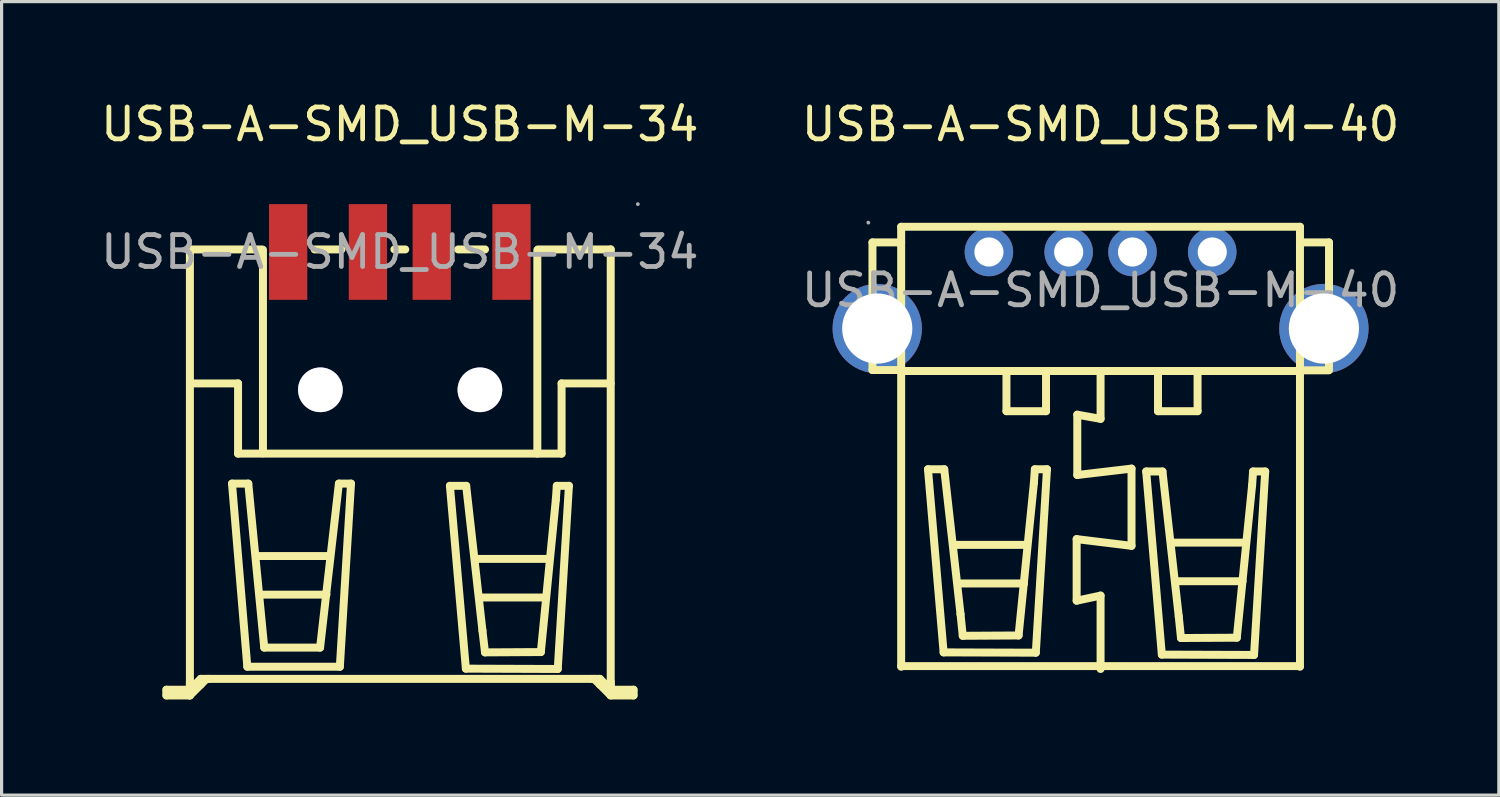
<source format=kicad_pcb>
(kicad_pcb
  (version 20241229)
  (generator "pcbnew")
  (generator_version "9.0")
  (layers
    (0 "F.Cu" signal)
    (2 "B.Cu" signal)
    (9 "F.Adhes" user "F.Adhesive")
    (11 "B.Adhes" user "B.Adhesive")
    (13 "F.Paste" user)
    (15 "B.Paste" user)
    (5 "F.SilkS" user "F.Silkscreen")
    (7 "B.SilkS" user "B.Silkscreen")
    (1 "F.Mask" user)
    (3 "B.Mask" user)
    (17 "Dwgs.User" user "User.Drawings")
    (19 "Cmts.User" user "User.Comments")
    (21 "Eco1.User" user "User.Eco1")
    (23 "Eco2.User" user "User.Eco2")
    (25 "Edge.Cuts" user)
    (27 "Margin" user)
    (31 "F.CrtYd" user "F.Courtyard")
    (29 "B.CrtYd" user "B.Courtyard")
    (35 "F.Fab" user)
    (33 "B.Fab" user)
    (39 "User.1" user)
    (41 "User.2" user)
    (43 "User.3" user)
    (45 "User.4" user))
  (footprint "USB-A-SMD_USB-M-40"
    (layer "F.Cu")
    (at 31.446 6.048)
    (property "Reference" "USB-A-SMD_USB-M-40" (at 0 -5.2 0) (layer "F.SilkS") (effects (font (size 1 1) (thickness 0.15))))
    (attr through_hole)
    (fp_line (start -7.15 -1.5) (end -7.15 2.5) (stroke (width 0.25) (type solid)) (layer "F.SilkS"))
    (fp_line (start -7.15 -1.5) (end -6.25 -1.5) (stroke (width 0.25) (type solid)) (layer "F.SilkS"))
    (fp_line (start -6.25 -1.99) (end -6.25 11.8) (stroke (width 0.25) (type solid)) (layer "F.SilkS"))
    (fp_line (start -6.25 -1.99) (end 6.25 -1.99) (stroke (width 0.25) (type solid)) (layer "F.SilkS"))
    (fp_line (start -6.25 2.5) (end -7.15 2.5) (stroke (width 0.25) (type solid)) (layer "F.SilkS"))
    (fp_line (start -6.25 11.78) (end 6.25 11.78) (stroke (width 0.25) (type solid)) (layer "F.SilkS"))
    (fp_line (start -6.22 2.53) (end 6.28 2.53) (stroke (width 0.25) (type solid)) (layer "F.SilkS"))
    (fp_line (start -5.41 5.61) (end -4.9 5.61) (stroke (width 0.25) (type solid)) (layer "F.SilkS"))
    (fp_line (start -4.92 11.35) (end -5.41 5.61) (stroke (width 0.25) (type solid)) (layer "F.SilkS"))
    (fp_line (start -4.9 5.61) (end -4.39 10.15) (stroke (width 0.25) (type solid)) (layer "F.SilkS"))
    (fp_line (start -4.57 7.98) (end -2.31 7.98) (stroke (width 0.25) (type solid)) (layer "F.SilkS"))
    (fp_line (start -4.43 9.19) (end -2.4 9.19) (stroke (width 0.25) (type solid)) (layer "F.SilkS"))
    (fp_line (start -4.39 10.15) (end -4.32 10.83) (stroke (width 0.25) (type solid)) (layer "F.SilkS"))
    (fp_line (start -4.32 10.83) (end -2.57 10.82) (stroke (width 0.25) (type solid)) (layer "F.SilkS"))
    (fp_line (start -2.95 2.58) (end -2.95 3.79) (stroke (width 0.25) (type solid)) (layer "F.SilkS"))
    (fp_line (start -2.95 3.79) (end -1.71 3.79) (stroke (width 0.25) (type solid)) (layer "F.SilkS"))
    (fp_line (start -2.57 10.82) (end -2.09 6.04) (stroke (width 0.25) (type solid)) (layer "F.SilkS"))
    (fp_line (start -2.09 6.04) (end -2.06 5.61) (stroke (width 0.25) (type solid)) (layer "F.SilkS"))
    (fp_line (start -2.06 5.61) (end -1.68 5.61) (stroke (width 0.25) (type solid)) (layer "F.SilkS"))
    (fp_line (start -2.03 11.36) (end -4.92 11.35) (stroke (width 0.25) (type solid)) (layer "F.SilkS"))
    (fp_line (start -1.71 3.79) (end -1.71 2.57) (stroke (width 0.25) (type solid)) (layer "F.SilkS"))
    (fp_line (start -1.68 5.61) (end -2.03 11.36) (stroke (width 0.25) (type solid)) (layer "F.SilkS"))
    (fp_line (start -0.75 7.8) (end -0.75 9.73) (stroke (width 0.25) (type solid)) (layer "F.SilkS"))
    (fp_line (start -0.75 9.73) (end 0 9.57) (stroke (width 0.25) (type solid)) (layer "F.SilkS"))
    (fp_line (start -0.73 3.9) (end -0.73 5.79) (stroke (width 0.25) (type solid)) (layer "F.SilkS"))
    (fp_line (start -0.73 5.79) (end 0.97 5.59) (stroke (width 0.25) (type solid)) (layer "F.SilkS"))
    (fp_line (start 0 2.58) (end 0 4.03) (stroke (width 0.25) (type solid)) (layer "F.SilkS"))
    (fp_line (start 0 4.03) (end -0.73 3.9) (stroke (width 0.25) (type solid)) (layer "F.SilkS"))
    (fp_line (start 0 9.57) (end 0 11.79) (stroke (width 0.25) (type solid)) (layer "F.SilkS"))
    (fp_line (start 0 11.79) (end 0 11.87) (stroke (width 0.25) (type solid)) (layer "F.SilkS"))
    (fp_line (start 0.97 5.59) (end 0.97 8.01) (stroke (width 0.25) (type solid)) (layer "F.SilkS"))
    (fp_line (start 0.97 8.01) (end -0.75 7.8) (stroke (width 0.25) (type solid)) (layer "F.SilkS"))
    (fp_line (start 1.43 5.68) (end 1.94 5.68) (stroke (width 0.25) (type solid)) (layer "F.SilkS"))
    (fp_line (start 1.8 2.58) (end 1.8 3.79) (stroke (width 0.25) (type solid)) (layer "F.SilkS"))
    (fp_line (start 1.8 3.79) (end 3.04 3.79) (stroke (width 0.25) (type solid)) (layer "F.SilkS"))
    (fp_line (start 1.92 11.42) (end 1.43 5.68) (stroke (width 0.25) (type solid)) (layer "F.SilkS"))
    (fp_line (start 1.94 5.68) (end 2.45 10.22) (stroke (width 0.25) (type solid)) (layer "F.SilkS"))
    (fp_line (start 2.28 7.91) (end 4.54 7.91) (stroke (width 0.25) (type solid)) (layer "F.SilkS"))
    (fp_line (start 2.42 9.12) (end 4.45 9.12) (stroke (width 0.25) (type solid)) (layer "F.SilkS"))
    (fp_line (start 2.45 10.22) (end 2.52 10.9) (stroke (width 0.25) (type solid)) (layer "F.SilkS"))
    (fp_line (start 2.52 10.9) (end 4.27 10.89) (stroke (width 0.25) (type solid)) (layer "F.SilkS"))
    (fp_line (start 3.04 3.79) (end 3.04 2.57) (stroke (width 0.25) (type solid)) (layer "F.SilkS"))
    (fp_line (start 4.27 10.89) (end 4.75 6.11) (stroke (width 0.25) (type solid)) (layer "F.SilkS"))
    (fp_line (start 4.75 6.11) (end 4.78 5.68) (stroke (width 0.25) (type solid)) (layer "F.SilkS"))
    (fp_line (start 4.78 5.68) (end 5.16 5.68) (stroke (width 0.25) (type solid)) (layer "F.SilkS"))
    (fp_line (start 4.81 11.43) (end 1.92 11.42) (stroke (width 0.25) (type solid)) (layer "F.SilkS"))
    (fp_line (start 5.16 5.68) (end 4.81 11.43) (stroke (width 0.25) (type solid)) (layer "F.SilkS"))
    (fp_line (start 6.25 -1.99) (end 6.25 11.8) (stroke (width 0.25) (type solid)) (layer "F.SilkS"))
    (fp_line (start 6.25 2.51) (end 7.15 2.51) (stroke (width 0.25) (type solid)) (layer "F.SilkS"))
    (fp_line (start 6.26 -1.5) (end 7.16 -1.5) (stroke (width 0.25) (type solid)) (layer "F.SilkS"))
    (fp_line (start 7.16 -1.5) (end 7.16 2.5) (stroke (width 0.25) (type solid)) (layer "F.SilkS"))
    (fp_circle (center -7.28 -2.12) (end -7.25 -2.12) (stroke (width 0.06) (type solid)) (fill no) (layer "F.Fab"))
    (fp_circle (center -3.5 -1.2) (end -3.32 -1.2) (stroke (width 0.36) (type solid)) (fill no) (layer "F.Fab"))
    (fp_circle (center -1 -1.2) (end -0.82 -1.2) (stroke (width 0.36) (type solid)) (fill no) (layer "F.Fab"))
    (fp_circle (center 1 -1.2) (end 1.18 -1.2) (stroke (width 0.36) (type solid)) (fill no) (layer "F.Fab"))
    (fp_circle (center 3.5 -1.2) (end 3.68 -1.2) (stroke (width 0.36) (type solid)) (fill no) (layer "F.Fab"))
    (fp_text user "${REFERENCE}" (at 0 0 0) (layer "F.Fab") (effects (font (size 1 1) (thickness 0.15))))
    (pad "1" thru_hole circle (at -3.5 -1.2) (size 1.52 1.52) (drill 0.914) (layers "*.Cu" "*.Paste" "*.Mask"))
    (pad "2" thru_hole circle (at -1 -1.2) (size 1.52 1.52) (drill 0.914) (layers "*.Cu" "*.Paste" "*.Mask"))
    (pad "3" thru_hole circle (at 1 -1.2) (size 1.52 1.52) (drill 0.914) (layers "*.Cu" "*.Paste" "*.Mask"))
    (pad "4" thru_hole circle (at 3.5 -1.2) (size 1.52 1.52) (drill 0.914) (layers "*.Cu" "*.Paste" "*.Mask"))
    (pad "5" thru_hole circle (at 7 1.2) (size 2.8 2.8) (drill 2.2) (layers "*.Cu" "*.Paste" "*.Mask"))
    (pad "6" thru_hole circle (at -7 1.2) (size 2.8 2.8) (drill 2.2) (layers "*.Cu" "*.Paste" "*.Mask")))
  (footprint "USB-A-SMD_USB-M-34"
    (layer "F.Cu")
    (at 9.482 4.848)
    (property "Reference" "USB-A-SMD_USB-M-34" (at 0 -4 0) (layer "F.SilkS") (effects (font (size 1 1) (thickness 0.15))))
    (attr through_hole)
    (fp_line (start -7.32 13.72) (end -7.32 13.9) (stroke (width 0.25) (type solid)) (layer "F.SilkS"))
    (fp_line (start -7.31 13.72) (end -6.58 13.72) (stroke (width 0.25) (type solid)) (layer "F.SilkS"))
    (fp_line (start -7.31 13.9) (end -6.58 13.9) (stroke (width 0.25) (type solid)) (layer "F.SilkS"))
    (fp_line (start -6.58 -0.08) (end -6.58 13.72) (stroke (width 0.25) (type solid)) (layer "F.SilkS"))
    (fp_line (start -6.58 -0.08) (end -4.33 -0.08) (stroke (width 0.25) (type solid)) (layer "F.SilkS"))
    (fp_line (start -6.58 13.72) (end -6.58 13.47) (stroke (width 0.25) (type solid)) (layer "F.SilkS"))
    (fp_line (start -6.58 13.9) (end -6.58 13.65) (stroke (width 0.25) (type solid)) (layer "F.SilkS"))
    (fp_line (start -6.57 4.12) (end -5.07 4.12) (stroke (width 0.25) (type solid)) (layer "F.SilkS"))
    (fp_line (start -6.24 13.38) (end -6.58 13.72) (stroke (width 0.25) (type solid)) (layer "F.SilkS"))
    (fp_line (start -6.24 13.56) (end -6.58 13.9) (stroke (width 0.25) (type solid)) (layer "F.SilkS"))
    (fp_line (start -6.06 13.38) (end -6.24 13.56) (stroke (width 0.25) (type solid)) (layer "F.SilkS"))
    (fp_line (start -5.99 13.38) (end -6.24 13.38) (stroke (width 0.25) (type solid)) (layer "F.SilkS"))
    (fp_line (start -5.99 13.38) (end 6.01 13.38) (stroke (width 0.25) (type solid)) (layer "F.SilkS"))
    (fp_line (start -5.26 7.26) (end -4.75 7.26) (stroke (width 0.25) (type solid)) (layer "F.SilkS"))
    (fp_line (start -5.07 4.12) (end -5.07 6.32) (stroke (width 0.25) (type solid)) (layer "F.SilkS"))
    (fp_line (start -5.07 6.32) (end 5.07 6.32) (stroke (width 0.25) (type solid)) (layer "F.SilkS"))
    (fp_line (start -4.78 13) (end -5.26 7.26) (stroke (width 0.25) (type solid)) (layer "F.SilkS"))
    (fp_line (start -4.75 7.26) (end -4.25 12.4) (stroke (width 0.25) (type solid)) (layer "F.SilkS"))
    (fp_line (start -4.47 9.53) (end -2.21 9.53) (stroke (width 0.25) (type solid)) (layer "F.SilkS"))
    (fp_line (start -4.33 10.74) (end -2.3 10.74) (stroke (width 0.25) (type solid)) (layer "F.SilkS"))
    (fp_line (start -4.29 6.31) (end -4.29 -0.07) (stroke (width 0.25) (type solid)) (layer "F.SilkS"))
    (fp_line (start -4.25 12.4) (end -2.5 12.4) (stroke (width 0.25) (type solid)) (layer "F.SilkS"))
    (fp_line (start -2.67 -0.08) (end -1.83 -0.08) (stroke (width 0.25) (type solid)) (layer "F.SilkS"))
    (fp_line (start -2.5 12.4) (end -1.91 7.26) (stroke (width 0.25) (type solid)) (layer "F.SilkS"))
    (fp_line (start -1.91 7.26) (end -1.53 7.26) (stroke (width 0.25) (type solid)) (layer "F.SilkS"))
    (fp_line (start -1.88 13) (end -4.78 13) (stroke (width 0.25) (type solid)) (layer "F.SilkS"))
    (fp_line (start -1.53 7.26) (end -1.88 13) (stroke (width 0.25) (type solid)) (layer "F.SilkS"))
    (fp_line (start -0.17 -0.08) (end 0.17 -0.08) (stroke (width 0.25) (type solid)) (layer "F.SilkS"))
    (fp_line (start 1.57 7.33) (end 2.08 7.33) (stroke (width 0.25) (type solid)) (layer "F.SilkS"))
    (fp_line (start 1.83 -0.08) (end 2.67 -0.08) (stroke (width 0.25) (type solid)) (layer "F.SilkS"))
    (fp_line (start 2.07 13.06) (end 1.57 7.33) (stroke (width 0.25) (type solid)) (layer "F.SilkS"))
    (fp_line (start 2.08 7.33) (end 2.59 11.87) (stroke (width 0.25) (type solid)) (layer "F.SilkS"))
    (fp_line (start 2.41 9.62) (end 4.67 9.62) (stroke (width 0.25) (type solid)) (layer "F.SilkS"))
    (fp_line (start 2.55 10.83) (end 4.58 10.83) (stroke (width 0.25) (type solid)) (layer "F.SilkS"))
    (fp_line (start 2.59 11.87) (end 2.67 12.55) (stroke (width 0.25) (type solid)) (layer "F.SilkS"))
    (fp_line (start 2.67 12.55) (end 4.42 12.54) (stroke (width 0.25) (type solid)) (layer "F.SilkS"))
    (fp_line (start 4.31 6.32) (end 4.31 -0.06) (stroke (width 0.25) (type solid)) (layer "F.SilkS"))
    (fp_line (start 4.33 -0.08) (end 6.61 -0.08) (stroke (width 0.25) (type solid)) (layer "F.SilkS"))
    (fp_line (start 4.42 12.54) (end 4.89 7.76) (stroke (width 0.25) (type solid)) (layer "F.SilkS"))
    (fp_line (start 4.89 7.76) (end 4.92 7.33) (stroke (width 0.25) (type solid)) (layer "F.SilkS"))
    (fp_line (start 4.92 7.33) (end 5.3 7.33) (stroke (width 0.25) (type solid)) (layer "F.SilkS"))
    (fp_line (start 4.95 13.07) (end 2.07 13.06) (stroke (width 0.25) (type solid)) (layer "F.SilkS"))
    (fp_line (start 5.07 4.12) (end 6.61 4.12) (stroke (width 0.25) (type solid)) (layer "F.SilkS"))
    (fp_line (start 5.07 6.32) (end 5.07 4.12) (stroke (width 0.25) (type solid)) (layer "F.SilkS"))
    (fp_line (start 5.3 7.33) (end 4.95 13.07) (stroke (width 0.25) (type solid)) (layer "F.SilkS"))
    (fp_line (start 6.02 13.38) (end 6.27 13.38) (stroke (width 0.25) (type solid)) (layer "F.SilkS"))
    (fp_line (start 6.09 13.38) (end 6.27 13.56) (stroke (width 0.25) (type solid)) (layer "F.SilkS"))
    (fp_line (start 6.27 13.38) (end 6.6 13.71) (stroke (width 0.25) (type solid)) (layer "F.SilkS"))
    (fp_line (start 6.27 13.56) (end 6.6 13.89) (stroke (width 0.25) (type solid)) (layer "F.SilkS"))
    (fp_line (start 6.61 -0.08) (end 6.61 13.72) (stroke (width 0.25) (type solid)) (layer "F.SilkS"))
    (fp_line (start 6.61 13.72) (end 6.61 13.47) (stroke (width 0.25) (type solid)) (layer "F.SilkS"))
    (fp_line (start 6.61 13.9) (end 6.61 13.65) (stroke (width 0.25) (type solid)) (layer "F.SilkS"))
    (fp_line (start 7.32 13.72) (end 6.61 13.72) (stroke (width 0.25) (type solid)) (layer "F.SilkS"))
    (fp_line (start 7.32 13.9) (end 6.61 13.9) (stroke (width 0.25) (type solid)) (layer "F.SilkS"))
    (fp_line (start 7.33 13.72) (end 7.33 13.9) (stroke (width 0.25) (type solid)) (layer "F.SilkS"))
    (fp_circle (center -2.49 4.32) (end -2.19 4.32) (stroke (width 0.6) (type solid)) (fill no) (layer "F.Fab"))
    (fp_circle (center 2.51 4.32) (end 2.81 4.32) (stroke (width 0.6) (type solid)) (fill no) (layer "F.Fab"))
    (fp_circle (center 7.46 -1.5) (end 7.49 -1.5) (stroke (width 0.06) (type solid)) (fill no) (layer "F.Fab"))
    (fp_text user "${REFERENCE}" (at 0 0 0) (layer "F.Fab") (effects (font (size 1 1) (thickness 0.15))))
    (pad "" thru_hole circle (at -2.49 4.32) (size 1.4 1.4) (drill 1.4) (layers "*.Cu" "*.Mask"))
    (pad "" thru_hole circle (at 2.51 4.32) (size 1.4 1.4) (drill 1.4) (layers "*.Cu" "*.Mask"))
    (pad "1" smd rect (at 3.5 0) (size 1.2 3) (layers "F.Cu" "F.Mask" "F.Paste"))
    (pad "2" smd rect (at 1 0) (size 1.2 3) (layers "F.Cu" "F.Mask" "F.Paste"))
    (pad "3" smd rect (at -1 0) (size 1.2 3) (layers "F.Cu" "F.Mask" "F.Paste"))
    (pad "4" smd rect (at -3.5 0) (size 1.2 3) (layers "F.Cu" "F.Mask" "F.Paste")))
  (gr_rect
    (start -3 -3)
    (end 43.929 21.873)
    (stroke (width 0.1) (type default))
    (fill no)
    (layer "Edge.Cuts")))
</source>
